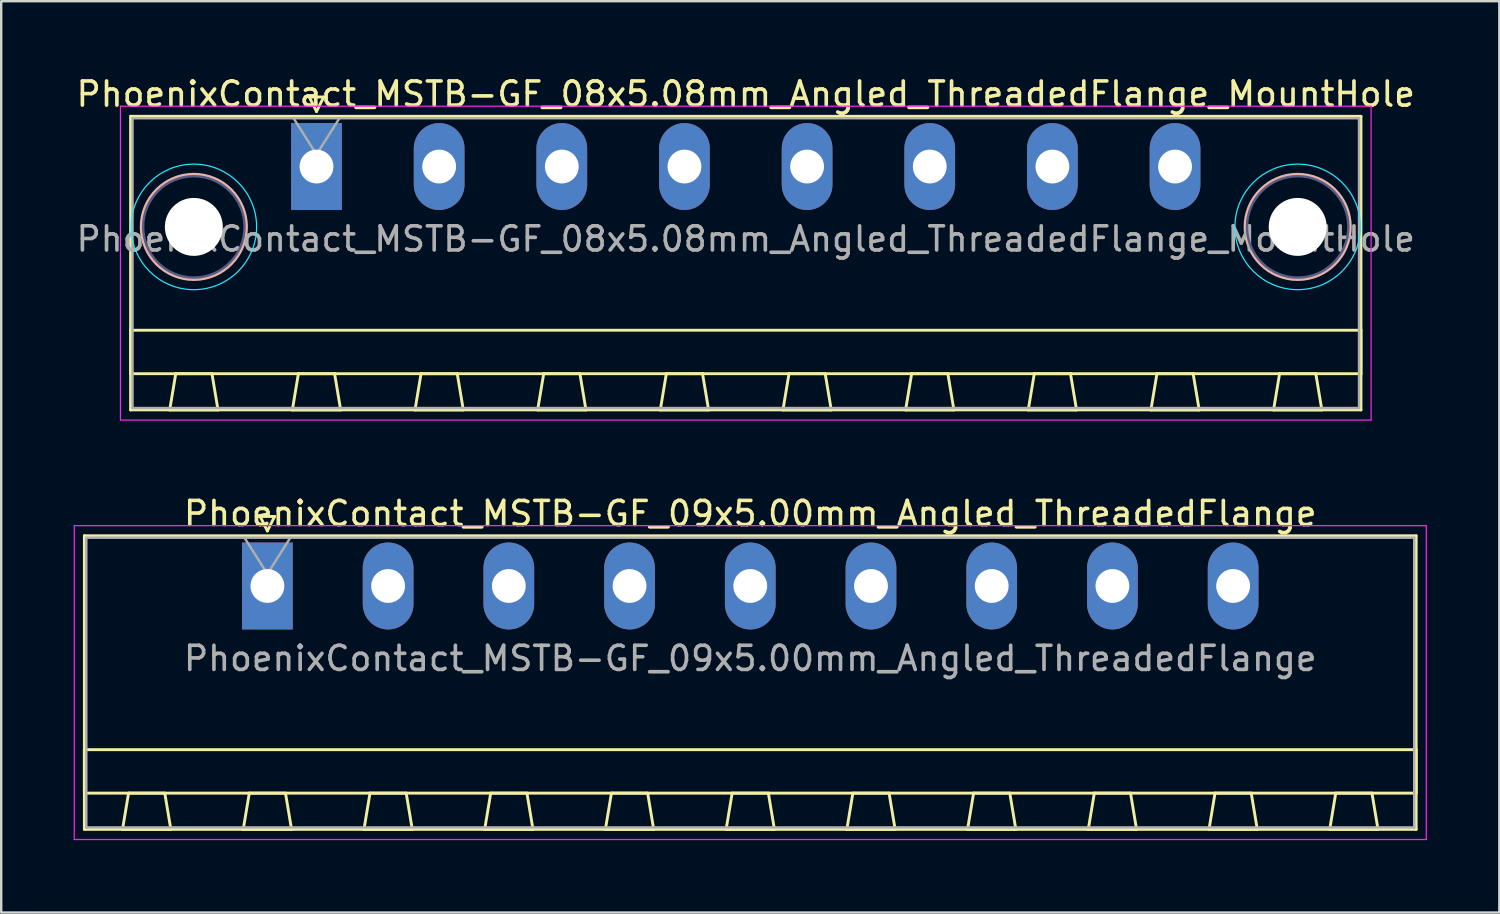
<source format=kicad_pcb>
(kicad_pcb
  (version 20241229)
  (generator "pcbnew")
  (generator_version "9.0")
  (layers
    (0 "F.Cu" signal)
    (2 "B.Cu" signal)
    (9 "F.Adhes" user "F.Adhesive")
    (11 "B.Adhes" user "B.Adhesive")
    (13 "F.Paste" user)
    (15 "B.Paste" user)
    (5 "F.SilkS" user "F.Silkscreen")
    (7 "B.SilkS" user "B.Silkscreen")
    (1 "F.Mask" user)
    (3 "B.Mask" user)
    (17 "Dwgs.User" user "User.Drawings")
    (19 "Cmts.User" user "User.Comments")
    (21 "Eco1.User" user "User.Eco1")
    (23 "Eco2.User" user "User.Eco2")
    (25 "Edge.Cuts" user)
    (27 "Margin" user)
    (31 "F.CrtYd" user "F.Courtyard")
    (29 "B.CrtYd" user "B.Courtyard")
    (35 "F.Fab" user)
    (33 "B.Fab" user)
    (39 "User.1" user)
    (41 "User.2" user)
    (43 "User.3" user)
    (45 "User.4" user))
  (footprint "PhoenixContact_MSTB-GF_08x5.08mm_Angled_ThreadedFlange_MountHole"
    (layer "F.Cu")
    (at 10.059 3.848)
    (property "Reference" "PhoenixContact_MSTB-GF_08x5.08mm_Angled_ThreadedFlange_MountHole" (at 17.78 -3 0) (layer "F.SilkS") (effects (font (size 1 1) (thickness 0.15))))
    (attr through_hole)
    (fp_line (start -7.7 -2.08) (end -7.7 10.08) (stroke (width 0.12) (type solid)) (layer "F.SilkS"))
    (fp_line (start -7.7 6.78) (end 43.26 6.78) (stroke (width 0.12) (type solid)) (layer "F.SilkS"))
    (fp_line (start -7.7 8.58) (end -7.7 6.78) (stroke (width 0.12) (type solid)) (layer "F.SilkS"))
    (fp_line (start -7.7 10.08) (end 43.26 10.08) (stroke (width 0.12) (type solid)) (layer "F.SilkS"))
    (fp_line (start -6.08 10.08) (end -4.08 10.08) (stroke (width 0.12) (type solid)) (layer "F.SilkS"))
    (fp_line (start -5.83 8.58) (end -6.08 10.08) (stroke (width 0.12) (type solid)) (layer "F.SilkS"))
    (fp_line (start -4.33 8.58) (end -5.83 8.58) (stroke (width 0.12) (type solid)) (layer "F.SilkS"))
    (fp_line (start -4.08 10.08) (end -4.33 8.58) (stroke (width 0.12) (type solid)) (layer "F.SilkS"))
    (fp_line (start -1 10.08) (end 1 10.08) (stroke (width 0.12) (type solid)) (layer "F.SilkS"))
    (fp_line (start -0.75 8.58) (end -1 10.08) (stroke (width 0.12) (type solid)) (layer "F.SilkS"))
    (fp_line (start -0.3 -2.88) (end 0.3 -2.88) (stroke (width 0.12) (type solid)) (layer "F.SilkS"))
    (fp_line (start 0 -2.28) (end -0.3 -2.88) (stroke (width 0.12) (type solid)) (layer "F.SilkS"))
    (fp_line (start 0.3 -2.88) (end 0 -2.28) (stroke (width 0.12) (type solid)) (layer "F.SilkS"))
    (fp_line (start 0.75 8.58) (end -0.75 8.58) (stroke (width 0.12) (type solid)) (layer "F.SilkS"))
    (fp_line (start 1 10.08) (end 0.75 8.58) (stroke (width 0.12) (type solid)) (layer "F.SilkS"))
    (fp_line (start 4.08 10.08) (end 6.08 10.08) (stroke (width 0.12) (type solid)) (layer "F.SilkS"))
    (fp_line (start 4.33 8.58) (end 4.08 10.08) (stroke (width 0.12) (type solid)) (layer "F.SilkS"))
    (fp_line (start 5.83 8.58) (end 4.33 8.58) (stroke (width 0.12) (type solid)) (layer "F.SilkS"))
    (fp_line (start 6.08 10.08) (end 5.83 8.58) (stroke (width 0.12) (type solid)) (layer "F.SilkS"))
    (fp_line (start 9.16 10.08) (end 11.16 10.08) (stroke (width 0.12) (type solid)) (layer "F.SilkS"))
    (fp_line (start 9.41 8.58) (end 9.16 10.08) (stroke (width 0.12) (type solid)) (layer "F.SilkS"))
    (fp_line (start 10.91 8.58) (end 9.41 8.58) (stroke (width 0.12) (type solid)) (layer "F.SilkS"))
    (fp_line (start 11.16 10.08) (end 10.91 8.58) (stroke (width 0.12) (type solid)) (layer "F.SilkS"))
    (fp_line (start 14.24 10.08) (end 16.24 10.08) (stroke (width 0.12) (type solid)) (layer "F.SilkS"))
    (fp_line (start 14.49 8.58) (end 14.24 10.08) (stroke (width 0.12) (type solid)) (layer "F.SilkS"))
    (fp_line (start 15.99 8.58) (end 14.49 8.58) (stroke (width 0.12) (type solid)) (layer "F.SilkS"))
    (fp_line (start 16.24 10.08) (end 15.99 8.58) (stroke (width 0.12) (type solid)) (layer "F.SilkS"))
    (fp_line (start 19.32 10.08) (end 21.32 10.08) (stroke (width 0.12) (type solid)) (layer "F.SilkS"))
    (fp_line (start 19.57 8.58) (end 19.32 10.08) (stroke (width 0.12) (type solid)) (layer "F.SilkS"))
    (fp_line (start 21.07 8.58) (end 19.57 8.58) (stroke (width 0.12) (type solid)) (layer "F.SilkS"))
    (fp_line (start 21.32 10.08) (end 21.07 8.58) (stroke (width 0.12) (type solid)) (layer "F.SilkS"))
    (fp_line (start 24.4 10.08) (end 26.4 10.08) (stroke (width 0.12) (type solid)) (layer "F.SilkS"))
    (fp_line (start 24.65 8.58) (end 24.4 10.08) (stroke (width 0.12) (type solid)) (layer "F.SilkS"))
    (fp_line (start 26.15 8.58) (end 24.65 8.58) (stroke (width 0.12) (type solid)) (layer "F.SilkS"))
    (fp_line (start 26.4 10.08) (end 26.15 8.58) (stroke (width 0.12) (type solid)) (layer "F.SilkS"))
    (fp_line (start 29.48 10.08) (end 31.48 10.08) (stroke (width 0.12) (type solid)) (layer "F.SilkS"))
    (fp_line (start 29.73 8.58) (end 29.48 10.08) (stroke (width 0.12) (type solid)) (layer "F.SilkS"))
    (fp_line (start 31.23 8.58) (end 29.73 8.58) (stroke (width 0.12) (type solid)) (layer "F.SilkS"))
    (fp_line (start 31.48 10.08) (end 31.23 8.58) (stroke (width 0.12) (type solid)) (layer "F.SilkS"))
    (fp_line (start 34.56 10.08) (end 36.56 10.08) (stroke (width 0.12) (type solid)) (layer "F.SilkS"))
    (fp_line (start 34.81 8.58) (end 34.56 10.08) (stroke (width 0.12) (type solid)) (layer "F.SilkS"))
    (fp_line (start 36.31 8.58) (end 34.81 8.58) (stroke (width 0.12) (type solid)) (layer "F.SilkS"))
    (fp_line (start 36.56 10.08) (end 36.31 8.58) (stroke (width 0.12) (type solid)) (layer "F.SilkS"))
    (fp_line (start 39.64 10.08) (end 41.64 10.08) (stroke (width 0.12) (type solid)) (layer "F.SilkS"))
    (fp_line (start 39.89 8.58) (end 39.64 10.08) (stroke (width 0.12) (type solid)) (layer "F.SilkS"))
    (fp_line (start 41.39 8.58) (end 39.89 8.58) (stroke (width 0.12) (type solid)) (layer "F.SilkS"))
    (fp_line (start 41.64 10.08) (end 41.39 8.58) (stroke (width 0.12) (type solid)) (layer "F.SilkS"))
    (fp_line (start 43.26 -2.08) (end -7.7 -2.08) (stroke (width 0.12) (type solid)) (layer "F.SilkS"))
    (fp_line (start 43.26 6.78) (end 43.26 8.58) (stroke (width 0.12) (type solid)) (layer "F.SilkS"))
    (fp_line (start 43.26 8.58) (end -7.7 8.58) (stroke (width 0.12) (type solid)) (layer "F.SilkS"))
    (fp_line (start 43.26 10.08) (end 43.26 -2.08) (stroke (width 0.12) (type solid)) (layer "F.SilkS"))
    (fp_circle (center -5.08 2.5) (end -2.9 2.5) (stroke (width 0.12) (type solid)) (fill no) (layer "B.SilkS"))
    (fp_circle (center 40.64 2.5) (end 42.82 2.5) (stroke (width 0.12) (type solid)) (fill no) (layer "B.SilkS"))
    (fp_circle (center -5.08 2.5) (end -2.48 2.5) (stroke (width 0.05) (type solid)) (fill no) (layer "B.CrtYd"))
    (fp_circle (center 40.64 2.5) (end 43.24 2.5) (stroke (width 0.05) (type solid)) (fill no) (layer "B.CrtYd"))
    (fp_line (start -8.12 -2.5) (end -8.12 10.5) (stroke (width 0.05) (type solid)) (layer "F.CrtYd"))
    (fp_line (start -8.12 10.5) (end 43.68 10.5) (stroke (width 0.05) (type solid)) (layer "F.CrtYd"))
    (fp_line (start 43.68 -2.5) (end -8.12 -2.5) (stroke (width 0.05) (type solid)) (layer "F.CrtYd"))
    (fp_line (start 43.68 10.5) (end 43.68 -2.5) (stroke (width 0.05) (type solid)) (layer "F.CrtYd"))
    (fp_circle (center -5.08 2.5) (end -2.98 2.5) (stroke (width 0.1) (type solid)) (fill no) (layer "B.Fab"))
    (fp_circle (center 40.64 2.5) (end 42.74 2.5) (stroke (width 0.1) (type solid)) (fill no) (layer "B.Fab"))
    (fp_line (start -7.62 -2) (end -7.62 10) (stroke (width 0.1) (type solid)) (layer "F.Fab"))
    (fp_line (start -7.62 10) (end 43.18 10) (stroke (width 0.1) (type solid)) (layer "F.Fab"))
    (fp_line (start 0 -0.5) (end -0.95 -2) (stroke (width 0.1) (type solid)) (layer "F.Fab"))
    (fp_line (start 0.95 -2) (end 0 -0.5) (stroke (width 0.1) (type solid)) (layer "F.Fab"))
    (fp_line (start 43.18 -2) (end -7.62 -2) (stroke (width 0.1) (type solid)) (layer "F.Fab"))
    (fp_line (start 43.18 10) (end 43.18 -2) (stroke (width 0.1) (type solid)) (layer "F.Fab"))
    (fp_text user "${REFERENCE}" (at 17.78 3 0) (layer "F.Fab") (effects (font (size 1 1) (thickness 0.15))))
    (pad "" np_thru_hole circle (at -5.08 2.5) (size 2.4 2.4) (drill 2.4) (layers "*.Cu" "*.Mask"))
    (pad "" np_thru_hole circle (at 40.64 2.5) (size 2.4 2.4) (drill 2.4) (layers "*.Cu" "*.Mask"))
    (pad "1" thru_hole rect (at 0 0) (size 2.1 3.6) (drill 1.4) (layers "*.Cu" "*.Mask"))
    (pad "2" thru_hole oval (at 5.08 0) (size 2.1 3.6) (drill 1.4) (layers "*.Cu" "*.Mask"))
    (pad "3" thru_hole oval (at 10.16 0) (size 2.1 3.6) (drill 1.4) (layers "*.Cu" "*.Mask"))
    (pad "4" thru_hole oval (at 15.24 0) (size 2.1 3.6) (drill 1.4) (layers "*.Cu" "*.Mask"))
    (pad "5" thru_hole oval (at 20.32 0) (size 2.1 3.6) (drill 1.4) (layers "*.Cu" "*.Mask"))
    (pad "6" thru_hole oval (at 25.4 0) (size 2.1 3.6) (drill 1.4) (layers "*.Cu" "*.Mask"))
    (pad "7" thru_hole oval (at 30.48 0) (size 2.1 3.6) (drill 1.4) (layers "*.Cu" "*.Mask"))
    (pad "8" thru_hole oval (at 35.56 0) (size 2.1 3.6) (drill 1.4) (layers "*.Cu" "*.Mask")))
  (footprint "PhoenixContact_MSTB-GF_09x5.00mm_Angled_ThreadedFlange"
    (layer "F.Cu")
    (at 8.025 21.221)
    (property "Reference" "PhoenixContact_MSTB-GF_09x5.00mm_Angled_ThreadedFlange" (at 20 -3 0) (layer "F.SilkS") (effects (font (size 1 1) (thickness 0.15))))
    (attr through_hole)
    (fp_line (start -7.58 -2.08) (end -7.58 10.08) (stroke (width 0.12) (type solid)) (layer "F.SilkS"))
    (fp_line (start -7.58 6.78) (end 47.58 6.78) (stroke (width 0.12) (type solid)) (layer "F.SilkS"))
    (fp_line (start -7.58 8.58) (end -7.58 6.78) (stroke (width 0.12) (type solid)) (layer "F.SilkS"))
    (fp_line (start -7.58 10.08) (end 47.58 10.08) (stroke (width 0.12) (type solid)) (layer "F.SilkS"))
    (fp_line (start -6 10.08) (end -4 10.08) (stroke (width 0.12) (type solid)) (layer "F.SilkS"))
    (fp_line (start -5.75 8.58) (end -6 10.08) (stroke (width 0.12) (type solid)) (layer "F.SilkS"))
    (fp_line (start -4.25 8.58) (end -5.75 8.58) (stroke (width 0.12) (type solid)) (layer "F.SilkS"))
    (fp_line (start -4 10.08) (end -4.25 8.58) (stroke (width 0.12) (type solid)) (layer "F.SilkS"))
    (fp_line (start -1 10.08) (end 1 10.08) (stroke (width 0.12) (type solid)) (layer "F.SilkS"))
    (fp_line (start -0.75 8.58) (end -1 10.08) (stroke (width 0.12) (type solid)) (layer "F.SilkS"))
    (fp_line (start -0.3 -2.88) (end 0.3 -2.88) (stroke (width 0.12) (type solid)) (layer "F.SilkS"))
    (fp_line (start 0 -2.28) (end -0.3 -2.88) (stroke (width 0.12) (type solid)) (layer "F.SilkS"))
    (fp_line (start 0.3 -2.88) (end 0 -2.28) (stroke (width 0.12) (type solid)) (layer "F.SilkS"))
    (fp_line (start 0.75 8.58) (end -0.75 8.58) (stroke (width 0.12) (type solid)) (layer "F.SilkS"))
    (fp_line (start 1 10.08) (end 0.75 8.58) (stroke (width 0.12) (type solid)) (layer "F.SilkS"))
    (fp_line (start 4 10.08) (end 6 10.08) (stroke (width 0.12) (type solid)) (layer "F.SilkS"))
    (fp_line (start 4.25 8.58) (end 4 10.08) (stroke (width 0.12) (type solid)) (layer "F.SilkS"))
    (fp_line (start 5.75 8.58) (end 4.25 8.58) (stroke (width 0.12) (type solid)) (layer "F.SilkS"))
    (fp_line (start 6 10.08) (end 5.75 8.58) (stroke (width 0.12) (type solid)) (layer "F.SilkS"))
    (fp_line (start 9 10.08) (end 11 10.08) (stroke (width 0.12) (type solid)) (layer "F.SilkS"))
    (fp_line (start 9.25 8.58) (end 9 10.08) (stroke (width 0.12) (type solid)) (layer "F.SilkS"))
    (fp_line (start 10.75 8.58) (end 9.25 8.58) (stroke (width 0.12) (type solid)) (layer "F.SilkS"))
    (fp_line (start 11 10.08) (end 10.75 8.58) (stroke (width 0.12) (type solid)) (layer "F.SilkS"))
    (fp_line (start 14 10.08) (end 16 10.08) (stroke (width 0.12) (type solid)) (layer "F.SilkS"))
    (fp_line (start 14.25 8.58) (end 14 10.08) (stroke (width 0.12) (type solid)) (layer "F.SilkS"))
    (fp_line (start 15.75 8.58) (end 14.25 8.58) (stroke (width 0.12) (type solid)) (layer "F.SilkS"))
    (fp_line (start 16 10.08) (end 15.75 8.58) (stroke (width 0.12) (type solid)) (layer "F.SilkS"))
    (fp_line (start 19 10.08) (end 21 10.08) (stroke (width 0.12) (type solid)) (layer "F.SilkS"))
    (fp_line (start 19.25 8.58) (end 19 10.08) (stroke (width 0.12) (type solid)) (layer "F.SilkS"))
    (fp_line (start 20.75 8.58) (end 19.25 8.58) (stroke (width 0.12) (type solid)) (layer "F.SilkS"))
    (fp_line (start 21 10.08) (end 20.75 8.58) (stroke (width 0.12) (type solid)) (layer "F.SilkS"))
    (fp_line (start 24 10.08) (end 26 10.08) (stroke (width 0.12) (type solid)) (layer "F.SilkS"))
    (fp_line (start 24.25 8.58) (end 24 10.08) (stroke (width 0.12) (type solid)) (layer "F.SilkS"))
    (fp_line (start 25.75 8.58) (end 24.25 8.58) (stroke (width 0.12) (type solid)) (layer "F.SilkS"))
    (fp_line (start 26 10.08) (end 25.75 8.58) (stroke (width 0.12) (type solid)) (layer "F.SilkS"))
    (fp_line (start 29 10.08) (end 31 10.08) (stroke (width 0.12) (type solid)) (layer "F.SilkS"))
    (fp_line (start 29.25 8.58) (end 29 10.08) (stroke (width 0.12) (type solid)) (layer "F.SilkS"))
    (fp_line (start 30.75 8.58) (end 29.25 8.58) (stroke (width 0.12) (type solid)) (layer "F.SilkS"))
    (fp_line (start 31 10.08) (end 30.75 8.58) (stroke (width 0.12) (type solid)) (layer "F.SilkS"))
    (fp_line (start 34 10.08) (end 36 10.08) (stroke (width 0.12) (type solid)) (layer "F.SilkS"))
    (fp_line (start 34.25 8.58) (end 34 10.08) (stroke (width 0.12) (type solid)) (layer "F.SilkS"))
    (fp_line (start 35.75 8.58) (end 34.25 8.58) (stroke (width 0.12) (type solid)) (layer "F.SilkS"))
    (fp_line (start 36 10.08) (end 35.75 8.58) (stroke (width 0.12) (type solid)) (layer "F.SilkS"))
    (fp_line (start 39 10.08) (end 41 10.08) (stroke (width 0.12) (type solid)) (layer "F.SilkS"))
    (fp_line (start 39.25 8.58) (end 39 10.08) (stroke (width 0.12) (type solid)) (layer "F.SilkS"))
    (fp_line (start 40.75 8.58) (end 39.25 8.58) (stroke (width 0.12) (type solid)) (layer "F.SilkS"))
    (fp_line (start 41 10.08) (end 40.75 8.58) (stroke (width 0.12) (type solid)) (layer "F.SilkS"))
    (fp_line (start 44 10.08) (end 46 10.08) (stroke (width 0.12) (type solid)) (layer "F.SilkS"))
    (fp_line (start 44.25 8.58) (end 44 10.08) (stroke (width 0.12) (type solid)) (layer "F.SilkS"))
    (fp_line (start 45.75 8.58) (end 44.25 8.58) (stroke (width 0.12) (type solid)) (layer "F.SilkS"))
    (fp_line (start 46 10.08) (end 45.75 8.58) (stroke (width 0.12) (type solid)) (layer "F.SilkS"))
    (fp_line (start 47.58 -2.08) (end -7.58 -2.08) (stroke (width 0.12) (type solid)) (layer "F.SilkS"))
    (fp_line (start 47.58 6.78) (end 47.58 8.58) (stroke (width 0.12) (type solid)) (layer "F.SilkS"))
    (fp_line (start 47.58 8.58) (end -7.58 8.58) (stroke (width 0.12) (type solid)) (layer "F.SilkS"))
    (fp_line (start 47.58 10.08) (end 47.58 -2.08) (stroke (width 0.12) (type solid)) (layer "F.SilkS"))
    (fp_line (start -8 -2.5) (end -8 10.5) (stroke (width 0.05) (type solid)) (layer "F.CrtYd"))
    (fp_line (start -8 10.5) (end 48 10.5) (stroke (width 0.05) (type solid)) (layer "F.CrtYd"))
    (fp_line (start 48 -2.5) (end -8 -2.5) (stroke (width 0.05) (type solid)) (layer "F.CrtYd"))
    (fp_line (start 48 10.5) (end 48 -2.5) (stroke (width 0.05) (type solid)) (layer "F.CrtYd"))
    (fp_line (start -7.5 -2) (end -7.5 10) (stroke (width 0.1) (type solid)) (layer "F.Fab"))
    (fp_line (start -7.5 10) (end 47.5 10) (stroke (width 0.1) (type solid)) (layer "F.Fab"))
    (fp_line (start 0 -0.5) (end -0.95 -2) (stroke (width 0.1) (type solid)) (layer "F.Fab"))
    (fp_line (start 0.95 -2) (end 0 -0.5) (stroke (width 0.1) (type solid)) (layer "F.Fab"))
    (fp_line (start 47.5 -2) (end -7.5 -2) (stroke (width 0.1) (type solid)) (layer "F.Fab"))
    (fp_line (start 47.5 10) (end 47.5 -2) (stroke (width 0.1) (type solid)) (layer "F.Fab"))
    (fp_text user "${REFERENCE}" (at 20 3 0) (layer "F.Fab") (effects (font (size 1 1) (thickness 0.15))))
    (pad "1" thru_hole rect (at 0 0) (size 2.1 3.6) (drill 1.4) (layers "*.Cu" "*.Mask"))
    (pad "2" thru_hole oval (at 5 0) (size 2.1 3.6) (drill 1.4) (layers "*.Cu" "*.Mask"))
    (pad "3" thru_hole oval (at 10 0) (size 2.1 3.6) (drill 1.4) (layers "*.Cu" "*.Mask"))
    (pad "4" thru_hole oval (at 15 0) (size 2.1 3.6) (drill 1.4) (layers "*.Cu" "*.Mask"))
    (pad "5" thru_hole oval (at 20 0) (size 2.1 3.6) (drill 1.4) (layers "*.Cu" "*.Mask"))
    (pad "6" thru_hole oval (at 25 0) (size 2.1 3.6) (drill 1.4) (layers "*.Cu" "*.Mask"))
    (pad "7" thru_hole oval (at 30 0) (size 2.1 3.6) (drill 1.4) (layers "*.Cu" "*.Mask"))
    (pad "8" thru_hole oval (at 35 0) (size 2.1 3.6) (drill 1.4) (layers "*.Cu" "*.Mask"))
    (pad "9" thru_hole oval (at 40 0) (size 2.1 3.6) (drill 1.4) (layers "*.Cu" "*.Mask")))
  (gr_rect
    (start -3 -3)
    (end 59.05 34.746)
    (stroke (width 0.1) (type default))
    (fill no)
    (layer "Edge.Cuts")))
</source>
